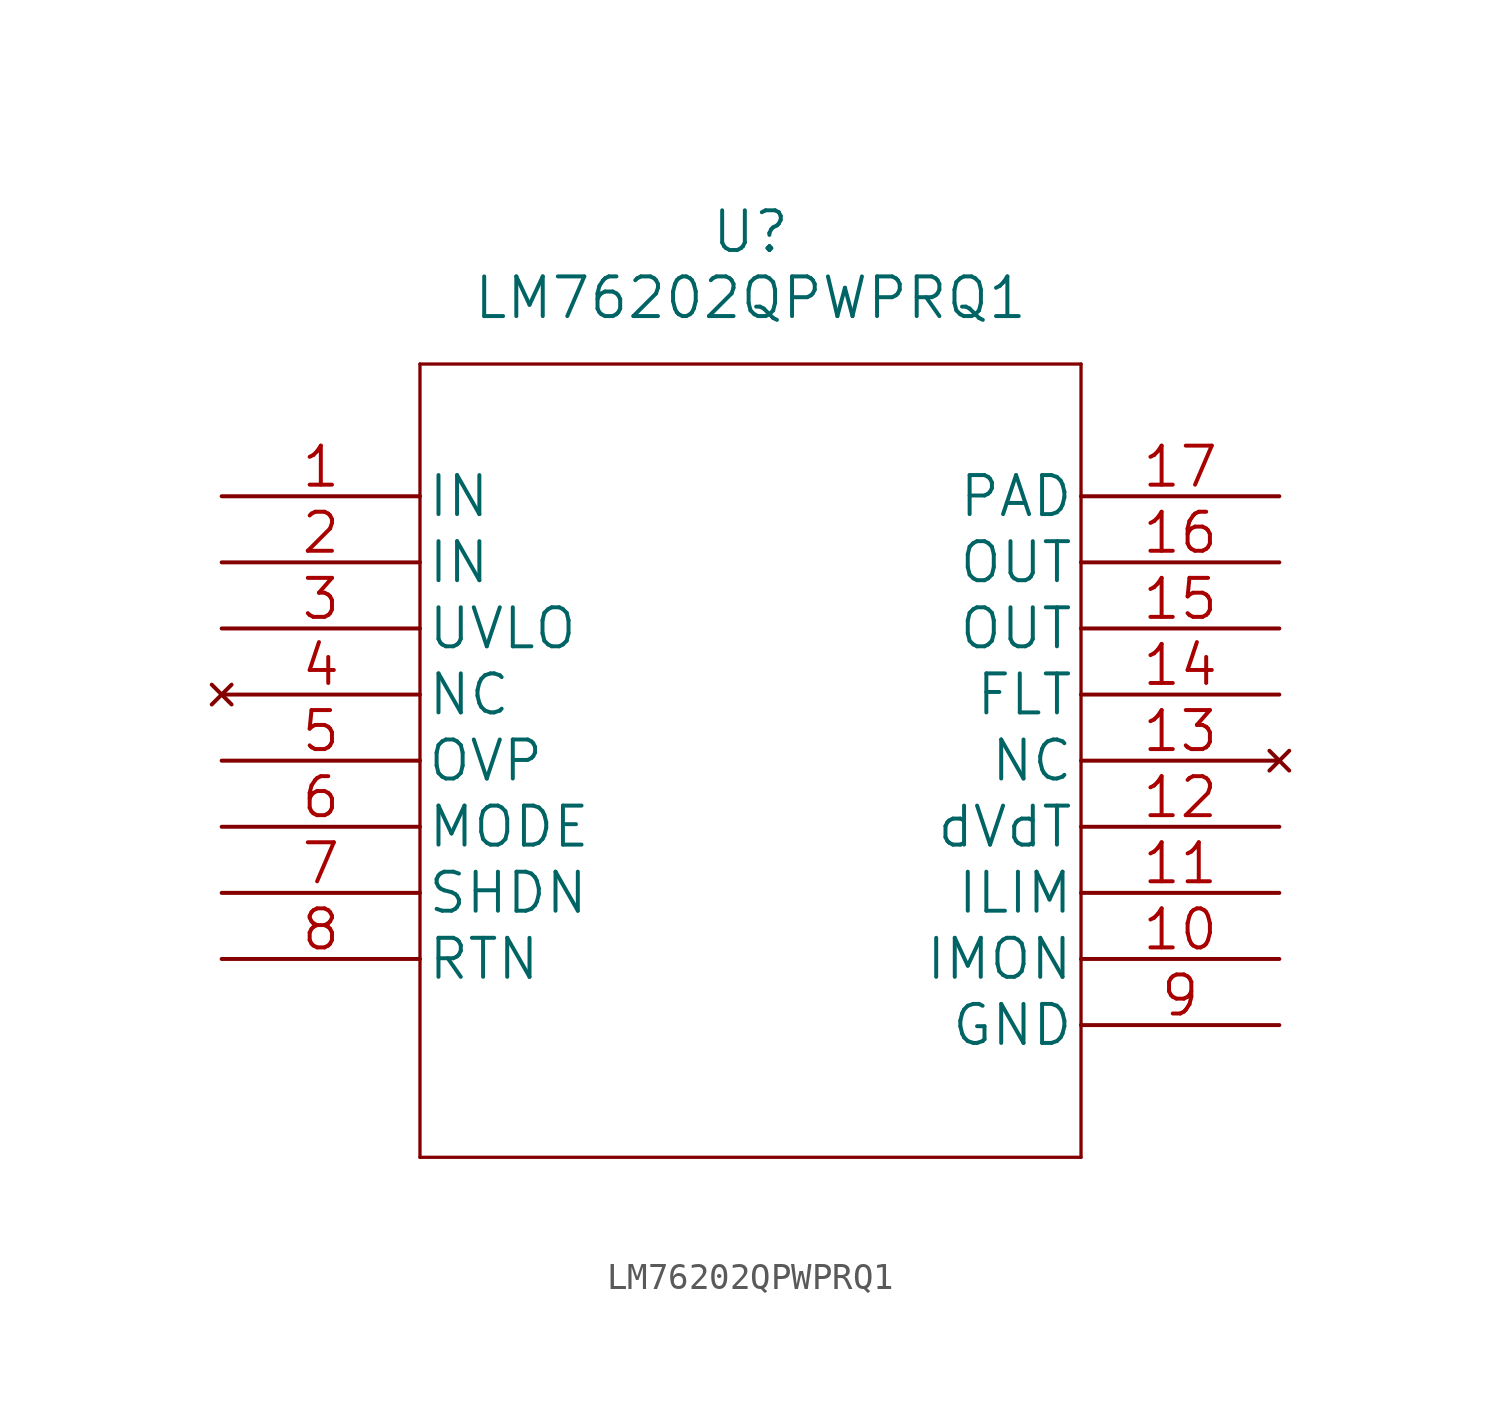
<source format=kicad_sym>
(kicad_symbol_lib
  (version 20201005)
  (generator kicad_symbol_editor)
  (symbol "lm76202:LM76202QPWPRQ1"
    (pin_names
      (offset 0.254))
    (property "Reference" "U"
      (at 20.32 10.16 0)
      (effects (font (size 1.524 1.524))))
    (property "Value" "LM76202QPWPRQ1"
      (at 20.32 7.62 0)
      (effects (font (size 1.524 1.524))))
    (property "Datasheet" ""
      (at 0 0 0)
      (effects (font (size 1.524 1.524))))
    (property "ki_locked" ""
      (at 0 0 0)
      (effects (font (size 1.27 1.27))))
    (symbol "LM76202QPWPRQ1_1_1"
      (polyline (pts (xy 7.62 5.08) (xy 7.62 -25.4)) (stroke (width 0.127)) (fill (type none)))
      (polyline (pts (xy 7.62 -25.4) (xy 33.02 -25.4)) (stroke (width 0.127)) (fill (type none)))
      (polyline (pts (xy 33.02 -25.4) (xy 33.02 5.08)) (stroke (width 0.127)) (fill (type none)))
      (polyline (pts (xy 33.02 5.08) (xy 7.62 5.08)) (stroke (width 0.127)) (fill (type none)))
      (pin power_in line (at 0 0 0) (length 7.62) (name "IN" (effects (font (size 1.499 1.499)))) (number "1" (effects (font (size 1.499 1.499)))))
      (pin power_in line (at 0 -2.54 0) (length 7.62) (name "IN" (effects (font (size 1.499 1.499)))) (number "2" (effects (font (size 1.499 1.499)))))
      (pin input line (at 0 -5.08 0) (length 7.62) (name "UVLO" (effects (font (size 1.499 1.499)))) (number "3" (effects (font (size 1.499 1.499)))))
      (pin unconnected line (at 0 -7.62 0) (length 7.62) (name "NC" (effects (font (size 1.499 1.499)))) (number "4" (effects (font (size 1.499 1.499)))))
      (pin input line (at 0 -10.16 0) (length 7.62) (name "OVP" (effects (font (size 1.499 1.499)))) (number "5" (effects (font (size 1.499 1.499)))))
      (pin input line (at 0 -12.7 0) (length 7.62) (name "MODE" (effects (font (size 1.499 1.499)))) (number "6" (effects (font (size 1.499 1.499)))))
      (pin input line (at 0 -15.24 0) (length 7.62) (name "SHDN" (effects (font (size 1.499 1.499)))) (number "7" (effects (font (size 1.499 1.499)))))
      (pin unspecified line (at 0 -17.78 0) (length 7.62) (name "RTN" (effects (font (size 1.499 1.499)))) (number "8" (effects (font (size 1.499 1.499)))))
      (pin power_in line (at 40.64 -20.32 180) (length 7.62) (name "GND" (effects (font (size 1.499 1.499)))) (number "9" (effects (font (size 1.499 1.499)))))
      (pin output line (at 40.64 -17.78 180) (length 7.62) (name "IMON" (effects (font (size 1.499 1.499)))) (number "10" (effects (font (size 1.499 1.499)))))
      (pin bidirectional line (at 40.64 -15.24 180) (length 7.62) (name "ILIM" (effects (font (size 1.499 1.499)))) (number "11" (effects (font (size 1.499 1.499)))))
      (pin bidirectional line (at 40.64 -12.7 180) (length 7.62) (name "dVdT" (effects (font (size 1.499 1.499)))) (number "12" (effects (font (size 1.499 1.499)))))
      (pin unconnected line (at 40.64 -10.16 180) (length 7.62) (name "NC" (effects (font (size 1.499 1.499)))) (number "13" (effects (font (size 1.499 1.499)))))
      (pin output line (at 40.64 -7.62 180) (length 7.62) (name "FLT" (effects (font (size 1.499 1.499)))) (number "14" (effects (font (size 1.499 1.499)))))
      (pin power_in line (at 40.64 -5.08 180) (length 7.62) (name "OUT" (effects (font (size 1.499 1.499)))) (number "15" (effects (font (size 1.499 1.499)))))
      (pin power_in line (at 40.64 -2.54 180) (length 7.62) (name "OUT" (effects (font (size 1.499 1.499)))) (number "16" (effects (font (size 1.499 1.499)))))
      (pin power_in line (at 40.64 0 180) (length 7.62) (name "PAD" (effects (font (size 1.499 1.499)))) (number "17" (effects (font (size 1.499 1.499))))))))
</source>
